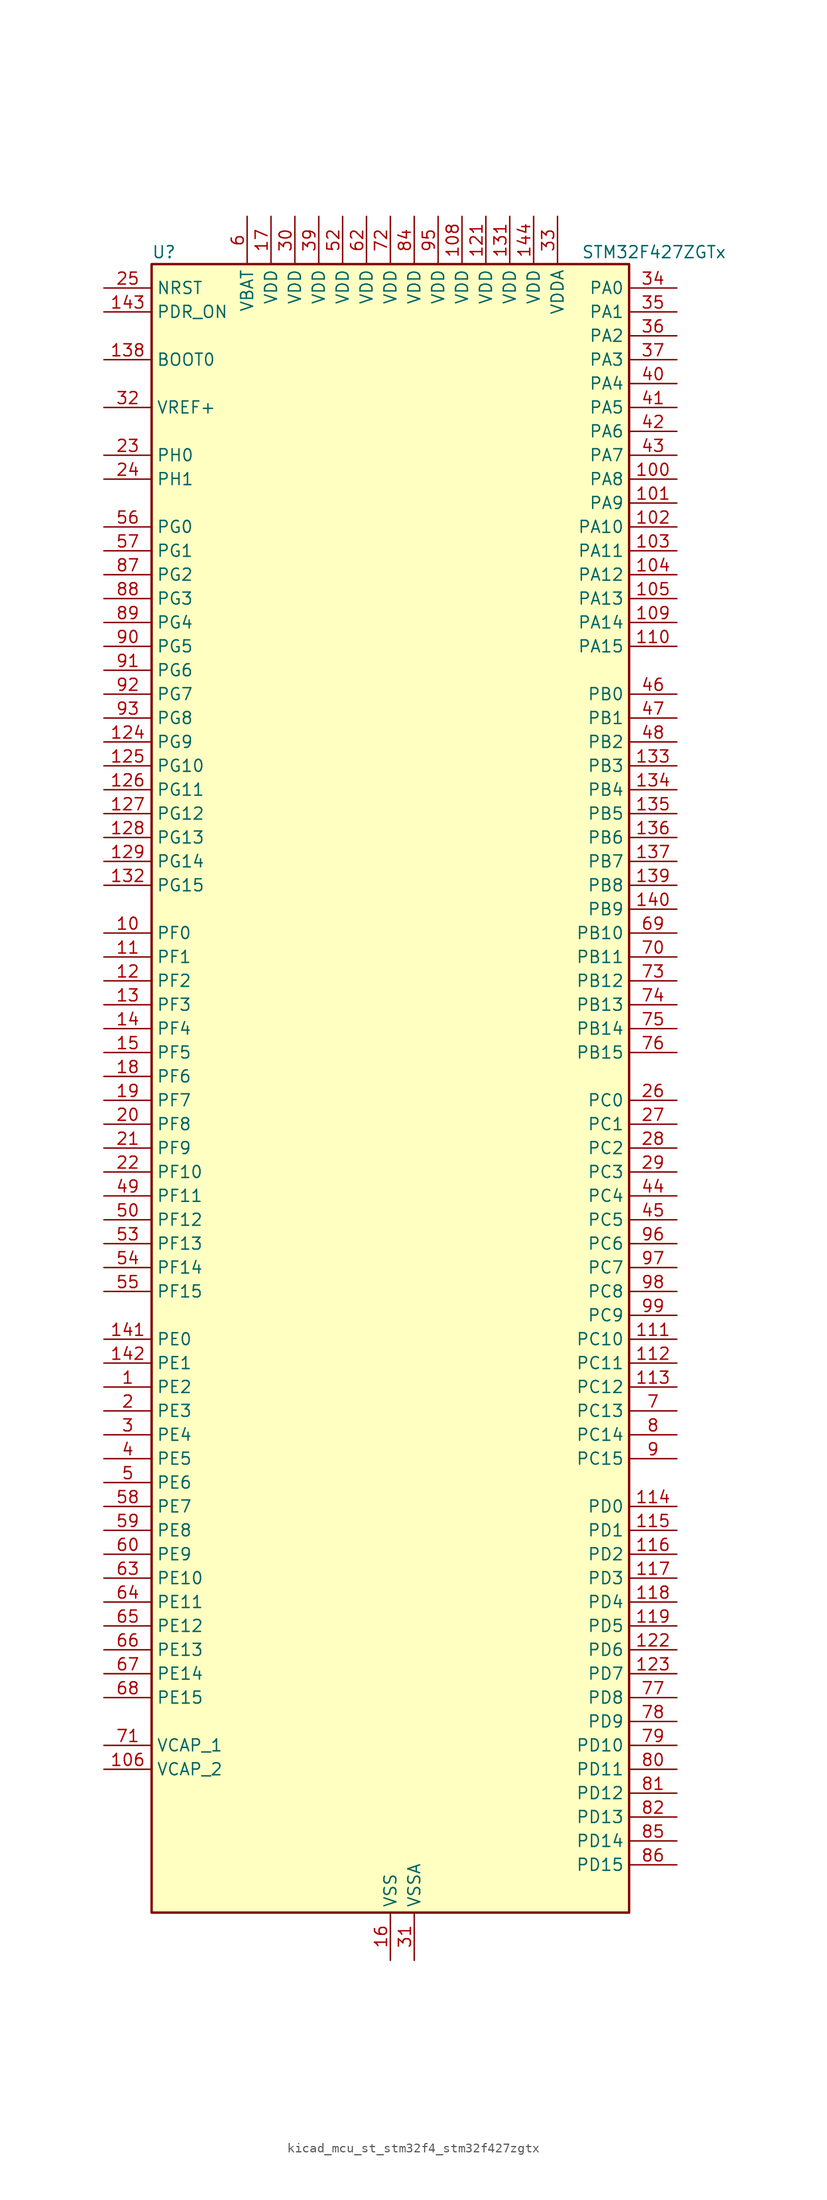
<source format=kicad_sym>
(kicad_symbol_lib
  (version 20220914)
  (generator kicad_symbol_editor)
  (symbol "kicad_mcu_st_stm32f4_stm32f427zgtx"
    (property "Reference" "U"
      (at -25.4 90.17 0)
      (effects (font (size 1.27 1.27)) (justify left)))
    (property "Value" "STM32F427ZGTx"
      (at 20.32 90.17 0)
      (effects (font (size 1.27 1.27)) (justify left)))
    (property "ki_locked" ""
      (at 0 0 0)
      (effects (font (size 1.27 1.27))))
    (symbol "kicad_mcu_st_stm32f4_stm32f427zgtx_0_1"
      (rectangle (start -25.4 -86.36) (end 25.4 88.9) (stroke (width 0.254) (type default)) (fill (type background))))
    (symbol "kicad_mcu_st_stm32f4_stm32f427zgtx_1_1"
      (pin bidirectional line (at -30.48 -30.48 0) (length 5.08) (name "PE2" (effects (font (size 1.27 1.27)))) (number "1" (effects (font (size 1.27 1.27)))) (alternate "ETH_TXD3" bidirectional line) (alternate "FMC_A23" bidirectional line) (alternate "SAI1_MCLK_A" bidirectional line) (alternate "SPI4_SCK" bidirectional line) (alternate "SYS_TRACECLK" bidirectional line))
      (pin bidirectional line (at -30.48 17.78 0) (length 5.08) (name "PF0" (effects (font (size 1.27 1.27)))) (number "10" (effects (font (size 1.27 1.27)))) (alternate "FMC_A0" bidirectional line) (alternate "I2C2_SDA" bidirectional line))
      (pin bidirectional line (at 30.48 66.04 180) (length 5.08) (name "PA8" (effects (font (size 1.27 1.27)))) (number "100" (effects (font (size 1.27 1.27)))) (alternate "I2C3_SCL" bidirectional line) (alternate "RCC_MCO_1" bidirectional line) (alternate "TIM1_CH1" bidirectional line) (alternate "USART1_CK" bidirectional line) (alternate "USB_OTG_FS_SOF" bidirectional line))
      (pin bidirectional line (at 30.48 63.5 180) (length 5.08) (name "PA9" (effects (font (size 1.27 1.27)))) (number "101" (effects (font (size 1.27 1.27)))) (alternate "DAC_EXTI9" bidirectional line) (alternate "DCMI_D0" bidirectional line) (alternate "I2C3_SMBA" bidirectional line) (alternate "TIM1_CH2" bidirectional line) (alternate "USART1_TX" bidirectional line) (alternate "USB_OTG_FS_VBUS" bidirectional line))
      (pin bidirectional line (at 30.48 60.96 180) (length 5.08) (name "PA10" (effects (font (size 1.27 1.27)))) (number "102" (effects (font (size 1.27 1.27)))) (alternate "DCMI_D1" bidirectional line) (alternate "TIM1_CH3" bidirectional line) (alternate "USART1_RX" bidirectional line) (alternate "USB_OTG_FS_ID" bidirectional line))
      (pin bidirectional line (at 30.48 58.42 180) (length 5.08) (name "PA11" (effects (font (size 1.27 1.27)))) (number "103" (effects (font (size 1.27 1.27)))) (alternate "ADC1_EXTI11" bidirectional line) (alternate "ADC2_EXTI11" bidirectional line) (alternate "ADC3_EXTI11" bidirectional line) (alternate "CAN1_RX" bidirectional line) (alternate "TIM1_CH4" bidirectional line) (alternate "USART1_CTS" bidirectional line) (alternate "USB_OTG_FS_DM" bidirectional line))
      (pin bidirectional line (at 30.48 55.88 180) (length 5.08) (name "PA12" (effects (font (size 1.27 1.27)))) (number "104" (effects (font (size 1.27 1.27)))) (alternate "CAN1_TX" bidirectional line) (alternate "TIM1_ETR" bidirectional line) (alternate "USART1_RTS" bidirectional line) (alternate "USB_OTG_FS_DP" bidirectional line))
      (pin bidirectional line (at 30.48 53.34 180) (length 5.08) (name "PA13" (effects (font (size 1.27 1.27)))) (number "105" (effects (font (size 1.27 1.27)))) (alternate "SYS_JTMS-SWDIO" bidirectional line))
      (pin power_out line (at -30.48 -71.12 0) (length 5.08) (name "VCAP_2" (effects (font (size 1.27 1.27)))) (number "106" (effects (font (size 1.27 1.27)))))
      (pin passive line (at 0 -91.44 90) (length 5.08) hide (name "VSS" (effects (font (size 1.27 1.27)))) (number "107" (effects (font (size 1.27 1.27)))))
      (pin power_in line (at 7.62 93.98 270) (length 5.08) (name "VDD" (effects (font (size 1.27 1.27)))) (number "108" (effects (font (size 1.27 1.27)))))
      (pin bidirectional line (at 30.48 50.8 180) (length 5.08) (name "PA14" (effects (font (size 1.27 1.27)))) (number "109" (effects (font (size 1.27 1.27)))) (alternate "SYS_JTCK-SWCLK" bidirectional line))
      (pin bidirectional line (at -30.48 15.24 0) (length 5.08) (name "PF1" (effects (font (size 1.27 1.27)))) (number "11" (effects (font (size 1.27 1.27)))) (alternate "FMC_A1" bidirectional line) (alternate "I2C2_SCL" bidirectional line))
      (pin bidirectional line (at 30.48 48.26 180) (length 5.08) (name "PA15" (effects (font (size 1.27 1.27)))) (number "110" (effects (font (size 1.27 1.27)))) (alternate "ADC1_EXTI15" bidirectional line) (alternate "ADC2_EXTI15" bidirectional line) (alternate "ADC3_EXTI15" bidirectional line) (alternate "I2S3_WS" bidirectional line) (alternate "SPI1_NSS" bidirectional line) (alternate "SPI3_NSS" bidirectional line) (alternate "SYS_JTDI" bidirectional line) (alternate "TIM2_CH1" bidirectional line) (alternate "TIM2_ETR" bidirectional line))
      (pin bidirectional line (at 30.48 -25.4 180) (length 5.08) (name "PC10" (effects (font (size 1.27 1.27)))) (number "111" (effects (font (size 1.27 1.27)))) (alternate "DCMI_D8" bidirectional line) (alternate "I2S3_CK" bidirectional line) (alternate "SDIO_D2" bidirectional line) (alternate "SPI3_SCK" bidirectional line) (alternate "UART4_TX" bidirectional line) (alternate "USART3_TX" bidirectional line))
      (pin bidirectional line (at 30.48 -27.94 180) (length 5.08) (name "PC11" (effects (font (size 1.27 1.27)))) (number "112" (effects (font (size 1.27 1.27)))) (alternate "ADC1_EXTI11" bidirectional line) (alternate "ADC2_EXTI11" bidirectional line) (alternate "ADC3_EXTI11" bidirectional line) (alternate "DCMI_D4" bidirectional line) (alternate "I2S3_ext_SD" bidirectional line) (alternate "SDIO_D3" bidirectional line) (alternate "SPI3_MISO" bidirectional line) (alternate "UART4_RX" bidirectional line) (alternate "USART3_RX" bidirectional line))
      (pin bidirectional line (at 30.48 -30.48 180) (length 5.08) (name "PC12" (effects (font (size 1.27 1.27)))) (number "113" (effects (font (size 1.27 1.27)))) (alternate "DCMI_D9" bidirectional line) (alternate "I2S3_SD" bidirectional line) (alternate "SDIO_CK" bidirectional line) (alternate "SPI3_MOSI" bidirectional line) (alternate "UART5_TX" bidirectional line) (alternate "USART3_CK" bidirectional line))
      (pin bidirectional line (at 30.48 -43.18 180) (length 5.08) (name "PD0" (effects (font (size 1.27 1.27)))) (number "114" (effects (font (size 1.27 1.27)))) (alternate "CAN1_RX" bidirectional line) (alternate "FMC_D2" bidirectional line) (alternate "FMC_DA2" bidirectional line))
      (pin bidirectional line (at 30.48 -45.72 180) (length 5.08) (name "PD1" (effects (font (size 1.27 1.27)))) (number "115" (effects (font (size 1.27 1.27)))) (alternate "CAN1_TX" bidirectional line) (alternate "FMC_D3" bidirectional line) (alternate "FMC_DA3" bidirectional line))
      (pin bidirectional line (at 30.48 -48.26 180) (length 5.08) (name "PD2" (effects (font (size 1.27 1.27)))) (number "116" (effects (font (size 1.27 1.27)))) (alternate "DCMI_D11" bidirectional line) (alternate "SDIO_CMD" bidirectional line) (alternate "TIM3_ETR" bidirectional line) (alternate "UART5_RX" bidirectional line))
      (pin bidirectional line (at 30.48 -50.8 180) (length 5.08) (name "PD3" (effects (font (size 1.27 1.27)))) (number "117" (effects (font (size 1.27 1.27)))) (alternate "DCMI_D5" bidirectional line) (alternate "FMC_CLK" bidirectional line) (alternate "I2S2_CK" bidirectional line) (alternate "SPI2_SCK" bidirectional line) (alternate "USART2_CTS" bidirectional line))
      (pin bidirectional line (at 30.48 -53.34 180) (length 5.08) (name "PD4" (effects (font (size 1.27 1.27)))) (number "118" (effects (font (size 1.27 1.27)))) (alternate "FMC_NOE" bidirectional line) (alternate "USART2_RTS" bidirectional line))
      (pin bidirectional line (at 30.48 -55.88 180) (length 5.08) (name "PD5" (effects (font (size 1.27 1.27)))) (number "119" (effects (font (size 1.27 1.27)))) (alternate "FMC_NWE" bidirectional line) (alternate "USART2_TX" bidirectional line))
      (pin bidirectional line (at -30.48 12.7 0) (length 5.08) (name "PF2" (effects (font (size 1.27 1.27)))) (number "12" (effects (font (size 1.27 1.27)))) (alternate "FMC_A2" bidirectional line) (alternate "I2C2_SMBA" bidirectional line))
      (pin passive line (at 0 -91.44 90) (length 5.08) hide (name "VSS" (effects (font (size 1.27 1.27)))) (number "120" (effects (font (size 1.27 1.27)))))
      (pin power_in line (at 10.16 93.98 270) (length 5.08) (name "VDD" (effects (font (size 1.27 1.27)))) (number "121" (effects (font (size 1.27 1.27)))))
      (pin bidirectional line (at 30.48 -58.42 180) (length 5.08) (name "PD6" (effects (font (size 1.27 1.27)))) (number "122" (effects (font (size 1.27 1.27)))) (alternate "DCMI_D10" bidirectional line) (alternate "FMC_NWAIT" bidirectional line) (alternate "I2S3_SD" bidirectional line) (alternate "SAI1_SD_A" bidirectional line) (alternate "SPI3_MOSI" bidirectional line) (alternate "USART2_RX" bidirectional line))
      (pin bidirectional line (at 30.48 -60.96 180) (length 5.08) (name "PD7" (effects (font (size 1.27 1.27)))) (number "123" (effects (font (size 1.27 1.27)))) (alternate "FMC_NCE2" bidirectional line) (alternate "FMC_NE1" bidirectional line) (alternate "USART2_CK" bidirectional line))
      (pin bidirectional line (at -30.48 38.1 0) (length 5.08) (name "PG9" (effects (font (size 1.27 1.27)))) (number "124" (effects (font (size 1.27 1.27)))) (alternate "DAC_EXTI9" bidirectional line) (alternate "DCMI_VSYNC" bidirectional line) (alternate "FMC_NCE3" bidirectional line) (alternate "FMC_NE2" bidirectional line) (alternate "USART6_RX" bidirectional line))
      (pin bidirectional line (at -30.48 35.56 0) (length 5.08) (name "PG10" (effects (font (size 1.27 1.27)))) (number "125" (effects (font (size 1.27 1.27)))) (alternate "DCMI_D2" bidirectional line) (alternate "FMC_NCE4_1" bidirectional line) (alternate "FMC_NE3" bidirectional line))
      (pin bidirectional line (at -30.48 33.02 0) (length 5.08) (name "PG11" (effects (font (size 1.27 1.27)))) (number "126" (effects (font (size 1.27 1.27)))) (alternate "ADC1_EXTI11" bidirectional line) (alternate "ADC2_EXTI11" bidirectional line) (alternate "ADC3_EXTI11" bidirectional line) (alternate "DCMI_D3" bidirectional line) (alternate "ETH_TX_EN" bidirectional line) (alternate "FMC_NCE4_2" bidirectional line))
      (pin bidirectional line (at -30.48 30.48 0) (length 5.08) (name "PG12" (effects (font (size 1.27 1.27)))) (number "127" (effects (font (size 1.27 1.27)))) (alternate "FMC_NE4" bidirectional line) (alternate "SPI6_MISO" bidirectional line) (alternate "USART6_RTS" bidirectional line))
      (pin bidirectional line (at -30.48 27.94 0) (length 5.08) (name "PG13" (effects (font (size 1.27 1.27)))) (number "128" (effects (font (size 1.27 1.27)))) (alternate "ETH_TXD0" bidirectional line) (alternate "FMC_A24" bidirectional line) (alternate "SPI6_SCK" bidirectional line) (alternate "USART6_CTS" bidirectional line))
      (pin bidirectional line (at -30.48 25.4 0) (length 5.08) (name "PG14" (effects (font (size 1.27 1.27)))) (number "129" (effects (font (size 1.27 1.27)))) (alternate "ETH_TXD1" bidirectional line) (alternate "FMC_A25" bidirectional line) (alternate "SPI6_MOSI" bidirectional line) (alternate "USART6_TX" bidirectional line))
      (pin bidirectional line (at -30.48 10.16 0) (length 5.08) (name "PF3" (effects (font (size 1.27 1.27)))) (number "13" (effects (font (size 1.27 1.27)))) (alternate "ADC3_IN9" bidirectional line) (alternate "FMC_A3" bidirectional line))
      (pin passive line (at 0 -91.44 90) (length 5.08) hide (name "VSS" (effects (font (size 1.27 1.27)))) (number "130" (effects (font (size 1.27 1.27)))))
      (pin power_in line (at 12.7 93.98 270) (length 5.08) (name "VDD" (effects (font (size 1.27 1.27)))) (number "131" (effects (font (size 1.27 1.27)))))
      (pin bidirectional line (at -30.48 22.86 0) (length 5.08) (name "PG15" (effects (font (size 1.27 1.27)))) (number "132" (effects (font (size 1.27 1.27)))) (alternate "ADC1_EXTI15" bidirectional line) (alternate "ADC2_EXTI15" bidirectional line) (alternate "ADC3_EXTI15" bidirectional line) (alternate "DCMI_D13" bidirectional line) (alternate "FMC_SDNCAS" bidirectional line) (alternate "USART6_CTS" bidirectional line))
      (pin bidirectional line (at 30.48 35.56 180) (length 5.08) (name "PB3" (effects (font (size 1.27 1.27)))) (number "133" (effects (font (size 1.27 1.27)))) (alternate "I2S3_CK" bidirectional line) (alternate "SPI1_SCK" bidirectional line) (alternate "SPI3_SCK" bidirectional line) (alternate "SYS_JTDO-SWO" bidirectional line) (alternate "TIM2_CH2" bidirectional line))
      (pin bidirectional line (at 30.48 33.02 180) (length 5.08) (name "PB4" (effects (font (size 1.27 1.27)))) (number "134" (effects (font (size 1.27 1.27)))) (alternate "I2S3_ext_SD" bidirectional line) (alternate "SPI1_MISO" bidirectional line) (alternate "SPI3_MISO" bidirectional line) (alternate "SYS_JTRST" bidirectional line) (alternate "TIM3_CH1" bidirectional line))
      (pin bidirectional line (at 30.48 30.48 180) (length 5.08) (name "PB5" (effects (font (size 1.27 1.27)))) (number "135" (effects (font (size 1.27 1.27)))) (alternate "CAN2_RX" bidirectional line) (alternate "DCMI_D10" bidirectional line) (alternate "ETH_PPS_OUT" bidirectional line) (alternate "FMC_SDCKE1" bidirectional line) (alternate "I2C1_SMBA" bidirectional line) (alternate "I2S3_SD" bidirectional line) (alternate "SPI1_MOSI" bidirectional line) (alternate "SPI3_MOSI" bidirectional line) (alternate "TIM3_CH2" bidirectional line) (alternate "USB_OTG_HS_ULPI_D7" bidirectional line))
      (pin bidirectional line (at 30.48 27.94 180) (length 5.08) (name "PB6" (effects (font (size 1.27 1.27)))) (number "136" (effects (font (size 1.27 1.27)))) (alternate "CAN2_TX" bidirectional line) (alternate "DCMI_D5" bidirectional line) (alternate "FMC_SDNE1" bidirectional line) (alternate "I2C1_SCL" bidirectional line) (alternate "TIM4_CH1" bidirectional line) (alternate "USART1_TX" bidirectional line))
      (pin bidirectional line (at 30.48 25.4 180) (length 5.08) (name "PB7" (effects (font (size 1.27 1.27)))) (number "137" (effects (font (size 1.27 1.27)))) (alternate "DCMI_VSYNC" bidirectional line) (alternate "FMC_NL" bidirectional line) (alternate "I2C1_SDA" bidirectional line) (alternate "TIM4_CH2" bidirectional line) (alternate "USART1_RX" bidirectional line))
      (pin input line (at -30.48 78.74 0) (length 5.08) (name "BOOT0" (effects (font (size 1.27 1.27)))) (number "138" (effects (font (size 1.27 1.27)))))
      (pin bidirectional line (at 30.48 22.86 180) (length 5.08) (name "PB8" (effects (font (size 1.27 1.27)))) (number "139" (effects (font (size 1.27 1.27)))) (alternate "CAN1_RX" bidirectional line) (alternate "DCMI_D6" bidirectional line) (alternate "ETH_TXD3" bidirectional line) (alternate "I2C1_SCL" bidirectional line) (alternate "SDIO_D4" bidirectional line) (alternate "TIM10_CH1" bidirectional line) (alternate "TIM4_CH3" bidirectional line))
      (pin bidirectional line (at -30.48 7.62 0) (length 5.08) (name "PF4" (effects (font (size 1.27 1.27)))) (number "14" (effects (font (size 1.27 1.27)))) (alternate "ADC3_IN14" bidirectional line) (alternate "FMC_A4" bidirectional line))
      (pin bidirectional line (at 30.48 20.32 180) (length 5.08) (name "PB9" (effects (font (size 1.27 1.27)))) (number "140" (effects (font (size 1.27 1.27)))) (alternate "CAN1_TX" bidirectional line) (alternate "DAC_EXTI9" bidirectional line) (alternate "DCMI_D7" bidirectional line) (alternate "I2C1_SDA" bidirectional line) (alternate "I2S2_WS" bidirectional line) (alternate "SDIO_D5" bidirectional line) (alternate "SPI2_NSS" bidirectional line) (alternate "TIM11_CH1" bidirectional line) (alternate "TIM4_CH4" bidirectional line))
      (pin bidirectional line (at -30.48 -25.4 0) (length 5.08) (name "PE0" (effects (font (size 1.27 1.27)))) (number "141" (effects (font (size 1.27 1.27)))) (alternate "DCMI_D2" bidirectional line) (alternate "FMC_NBL0" bidirectional line) (alternate "TIM4_ETR" bidirectional line) (alternate "UART8_RX" bidirectional line))
      (pin bidirectional line (at -30.48 -27.94 0) (length 5.08) (name "PE1" (effects (font (size 1.27 1.27)))) (number "142" (effects (font (size 1.27 1.27)))) (alternate "DCMI_D3" bidirectional line) (alternate "FMC_NBL1" bidirectional line) (alternate "UART8_TX" bidirectional line))
      (pin input line (at -30.48 83.82 0) (length 5.08) (name "PDR_ON" (effects (font (size 1.27 1.27)))) (number "143" (effects (font (size 1.27 1.27)))))
      (pin power_in line (at 15.24 93.98 270) (length 5.08) (name "VDD" (effects (font (size 1.27 1.27)))) (number "144" (effects (font (size 1.27 1.27)))))
      (pin bidirectional line (at -30.48 5.08 0) (length 5.08) (name "PF5" (effects (font (size 1.27 1.27)))) (number "15" (effects (font (size 1.27 1.27)))) (alternate "ADC3_IN15" bidirectional line) (alternate "FMC_A5" bidirectional line))
      (pin power_in line (at 0 -91.44 90) (length 5.08) (name "VSS" (effects (font (size 1.27 1.27)))) (number "16" (effects (font (size 1.27 1.27)))))
      (pin power_in line (at -12.7 93.98 270) (length 5.08) (name "VDD" (effects (font (size 1.27 1.27)))) (number "17" (effects (font (size 1.27 1.27)))))
      (pin bidirectional line (at -30.48 2.54 0) (length 5.08) (name "PF6" (effects (font (size 1.27 1.27)))) (number "18" (effects (font (size 1.27 1.27)))) (alternate "ADC3_IN4" bidirectional line) (alternate "FMC_NIORD" bidirectional line) (alternate "SAI1_SD_B" bidirectional line) (alternate "SPI5_NSS" bidirectional line) (alternate "TIM10_CH1" bidirectional line) (alternate "UART7_RX" bidirectional line))
      (pin bidirectional line (at -30.48 0 0) (length 5.08) (name "PF7" (effects (font (size 1.27 1.27)))) (number "19" (effects (font (size 1.27 1.27)))) (alternate "ADC3_IN5" bidirectional line) (alternate "FMC_NREG" bidirectional line) (alternate "SAI1_MCLK_B" bidirectional line) (alternate "SPI5_SCK" bidirectional line) (alternate "TIM11_CH1" bidirectional line) (alternate "UART7_TX" bidirectional line))
      (pin bidirectional line (at -30.48 -33.02 0) (length 5.08) (name "PE3" (effects (font (size 1.27 1.27)))) (number "2" (effects (font (size 1.27 1.27)))) (alternate "FMC_A19" bidirectional line) (alternate "SAI1_SD_B" bidirectional line) (alternate "SYS_TRACED0" bidirectional line))
      (pin bidirectional line (at -30.48 -2.54 0) (length 5.08) (name "PF8" (effects (font (size 1.27 1.27)))) (number "20" (effects (font (size 1.27 1.27)))) (alternate "ADC3_IN6" bidirectional line) (alternate "FMC_NIOWR" bidirectional line) (alternate "SAI1_SCK_B" bidirectional line) (alternate "SPI5_MISO" bidirectional line) (alternate "TIM13_CH1" bidirectional line))
      (pin bidirectional line (at -30.48 -5.08 0) (length 5.08) (name "PF9" (effects (font (size 1.27 1.27)))) (number "21" (effects (font (size 1.27 1.27)))) (alternate "ADC3_IN7" bidirectional line) (alternate "DAC_EXTI9" bidirectional line) (alternate "FMC_CD" bidirectional line) (alternate "SAI1_FS_B" bidirectional line) (alternate "SPI5_MOSI" bidirectional line) (alternate "TIM14_CH1" bidirectional line))
      (pin bidirectional line (at -30.48 -7.62 0) (length 5.08) (name "PF10" (effects (font (size 1.27 1.27)))) (number "22" (effects (font (size 1.27 1.27)))) (alternate "ADC3_IN8" bidirectional line) (alternate "DCMI_D11" bidirectional line) (alternate "FMC_INTR" bidirectional line))
      (pin bidirectional line (at -30.48 68.58 0) (length 5.08) (name "PH0" (effects (font (size 1.27 1.27)))) (number "23" (effects (font (size 1.27 1.27)))) (alternate "RCC_OSC_IN" bidirectional line))
      (pin bidirectional line (at -30.48 66.04 0) (length 5.08) (name "PH1" (effects (font (size 1.27 1.27)))) (number "24" (effects (font (size 1.27 1.27)))) (alternate "RCC_OSC_OUT" bidirectional line))
      (pin input line (at -30.48 86.36 0) (length 5.08) (name "NRST" (effects (font (size 1.27 1.27)))) (number "25" (effects (font (size 1.27 1.27)))))
      (pin bidirectional line (at 30.48 0 180) (length 5.08) (name "PC0" (effects (font (size 1.27 1.27)))) (number "26" (effects (font (size 1.27 1.27)))) (alternate "ADC1_IN10" bidirectional line) (alternate "ADC2_IN10" bidirectional line) (alternate "ADC3_IN10" bidirectional line) (alternate "FMC_SDNWE" bidirectional line) (alternate "USB_OTG_HS_ULPI_STP" bidirectional line))
      (pin bidirectional line (at 30.48 -2.54 180) (length 5.08) (name "PC1" (effects (font (size 1.27 1.27)))) (number "27" (effects (font (size 1.27 1.27)))) (alternate "ADC1_IN11" bidirectional line) (alternate "ADC2_IN11" bidirectional line) (alternate "ADC3_IN11" bidirectional line) (alternate "ETH_MDC" bidirectional line))
      (pin bidirectional line (at 30.48 -5.08 180) (length 5.08) (name "PC2" (effects (font (size 1.27 1.27)))) (number "28" (effects (font (size 1.27 1.27)))) (alternate "ADC1_IN12" bidirectional line) (alternate "ADC2_IN12" bidirectional line) (alternate "ADC3_IN12" bidirectional line) (alternate "ETH_TXD2" bidirectional line) (alternate "FMC_SDNE0" bidirectional line) (alternate "I2S2_ext_SD" bidirectional line) (alternate "SPI2_MISO" bidirectional line) (alternate "USB_OTG_HS_ULPI_DIR" bidirectional line))
      (pin bidirectional line (at 30.48 -7.62 180) (length 5.08) (name "PC3" (effects (font (size 1.27 1.27)))) (number "29" (effects (font (size 1.27 1.27)))) (alternate "ADC1_IN13" bidirectional line) (alternate "ADC2_IN13" bidirectional line) (alternate "ADC3_IN13" bidirectional line) (alternate "ETH_TX_CLK" bidirectional line) (alternate "FMC_SDCKE0" bidirectional line) (alternate "I2S2_SD" bidirectional line) (alternate "SPI2_MOSI" bidirectional line) (alternate "USB_OTG_HS_ULPI_NXT" bidirectional line))
      (pin bidirectional line (at -30.48 -35.56 0) (length 5.08) (name "PE4" (effects (font (size 1.27 1.27)))) (number "3" (effects (font (size 1.27 1.27)))) (alternate "DCMI_D4" bidirectional line) (alternate "FMC_A20" bidirectional line) (alternate "SAI1_FS_A" bidirectional line) (alternate "SPI4_NSS" bidirectional line) (alternate "SYS_TRACED1" bidirectional line))
      (pin power_in line (at -10.16 93.98 270) (length 5.08) (name "VDD" (effects (font (size 1.27 1.27)))) (number "30" (effects (font (size 1.27 1.27)))))
      (pin power_in line (at 2.54 -91.44 90) (length 5.08) (name "VSSA" (effects (font (size 1.27 1.27)))) (number "31" (effects (font (size 1.27 1.27)))))
      (pin input line (at -30.48 73.66 0) (length 5.08) (name "VREF+" (effects (font (size 1.27 1.27)))) (number "32" (effects (font (size 1.27 1.27)))))
      (pin power_in line (at 17.78 93.98 270) (length 5.08) (name "VDDA" (effects (font (size 1.27 1.27)))) (number "33" (effects (font (size 1.27 1.27)))))
      (pin bidirectional line (at 30.48 86.36 180) (length 5.08) (name "PA0" (effects (font (size 1.27 1.27)))) (number "34" (effects (font (size 1.27 1.27)))) (alternate "ADC1_IN0" bidirectional line) (alternate "ADC2_IN0" bidirectional line) (alternate "ADC3_IN0" bidirectional line) (alternate "ETH_CRS" bidirectional line) (alternate "SYS_WKUP" bidirectional line) (alternate "TIM2_CH1" bidirectional line) (alternate "TIM2_ETR" bidirectional line) (alternate "TIM5_CH1" bidirectional line) (alternate "TIM8_ETR" bidirectional line) (alternate "UART4_TX" bidirectional line) (alternate "USART2_CTS" bidirectional line))
      (pin bidirectional line (at 30.48 83.82 180) (length 5.08) (name "PA1" (effects (font (size 1.27 1.27)))) (number "35" (effects (font (size 1.27 1.27)))) (alternate "ADC1_IN1" bidirectional line) (alternate "ADC2_IN1" bidirectional line) (alternate "ADC3_IN1" bidirectional line) (alternate "ETH_REF_CLK" bidirectional line) (alternate "ETH_RX_CLK" bidirectional line) (alternate "TIM2_CH2" bidirectional line) (alternate "TIM5_CH2" bidirectional line) (alternate "UART4_RX" bidirectional line) (alternate "USART2_RTS" bidirectional line))
      (pin bidirectional line (at 30.48 81.28 180) (length 5.08) (name "PA2" (effects (font (size 1.27 1.27)))) (number "36" (effects (font (size 1.27 1.27)))) (alternate "ADC1_IN2" bidirectional line) (alternate "ADC2_IN2" bidirectional line) (alternate "ADC3_IN2" bidirectional line) (alternate "ETH_MDIO" bidirectional line) (alternate "TIM2_CH3" bidirectional line) (alternate "TIM5_CH3" bidirectional line) (alternate "TIM9_CH1" bidirectional line) (alternate "USART2_TX" bidirectional line))
      (pin bidirectional line (at 30.48 78.74 180) (length 5.08) (name "PA3" (effects (font (size 1.27 1.27)))) (number "37" (effects (font (size 1.27 1.27)))) (alternate "ADC1_IN3" bidirectional line) (alternate "ADC2_IN3" bidirectional line) (alternate "ADC3_IN3" bidirectional line) (alternate "ETH_COL" bidirectional line) (alternate "TIM2_CH4" bidirectional line) (alternate "TIM5_CH4" bidirectional line) (alternate "TIM9_CH2" bidirectional line) (alternate "USART2_RX" bidirectional line) (alternate "USB_OTG_HS_ULPI_D0" bidirectional line))
      (pin passive line (at 0 -91.44 90) (length 5.08) hide (name "VSS" (effects (font (size 1.27 1.27)))) (number "38" (effects (font (size 1.27 1.27)))))
      (pin power_in line (at -7.62 93.98 270) (length 5.08) (name "VDD" (effects (font (size 1.27 1.27)))) (number "39" (effects (font (size 1.27 1.27)))))
      (pin bidirectional line (at -30.48 -38.1 0) (length 5.08) (name "PE5" (effects (font (size 1.27 1.27)))) (number "4" (effects (font (size 1.27 1.27)))) (alternate "DCMI_D6" bidirectional line) (alternate "FMC_A21" bidirectional line) (alternate "SAI1_SCK_A" bidirectional line) (alternate "SPI4_MISO" bidirectional line) (alternate "SYS_TRACED2" bidirectional line) (alternate "TIM9_CH1" bidirectional line))
      (pin bidirectional line (at 30.48 76.2 180) (length 5.08) (name "PA4" (effects (font (size 1.27 1.27)))) (number "40" (effects (font (size 1.27 1.27)))) (alternate "ADC1_IN4" bidirectional line) (alternate "ADC2_IN4" bidirectional line) (alternate "DAC_OUT1" bidirectional line) (alternate "DCMI_HSYNC" bidirectional line) (alternate "I2S3_WS" bidirectional line) (alternate "SPI1_NSS" bidirectional line) (alternate "SPI3_NSS" bidirectional line) (alternate "USART2_CK" bidirectional line) (alternate "USB_OTG_HS_SOF" bidirectional line))
      (pin bidirectional line (at 30.48 73.66 180) (length 5.08) (name "PA5" (effects (font (size 1.27 1.27)))) (number "41" (effects (font (size 1.27 1.27)))) (alternate "ADC1_IN5" bidirectional line) (alternate "ADC2_IN5" bidirectional line) (alternate "DAC_OUT2" bidirectional line) (alternate "SPI1_SCK" bidirectional line) (alternate "TIM2_CH1" bidirectional line) (alternate "TIM2_ETR" bidirectional line) (alternate "TIM8_CH1N" bidirectional line) (alternate "USB_OTG_HS_ULPI_CK" bidirectional line))
      (pin bidirectional line (at 30.48 71.12 180) (length 5.08) (name "PA6" (effects (font (size 1.27 1.27)))) (number "42" (effects (font (size 1.27 1.27)))) (alternate "ADC1_IN6" bidirectional line) (alternate "ADC2_IN6" bidirectional line) (alternate "DCMI_PIXCLK" bidirectional line) (alternate "SPI1_MISO" bidirectional line) (alternate "TIM13_CH1" bidirectional line) (alternate "TIM1_BKIN" bidirectional line) (alternate "TIM3_CH1" bidirectional line) (alternate "TIM8_BKIN" bidirectional line))
      (pin bidirectional line (at 30.48 68.58 180) (length 5.08) (name "PA7" (effects (font (size 1.27 1.27)))) (number "43" (effects (font (size 1.27 1.27)))) (alternate "ADC1_IN7" bidirectional line) (alternate "ADC2_IN7" bidirectional line) (alternate "ETH_CRS_DV" bidirectional line) (alternate "ETH_RX_DV" bidirectional line) (alternate "SPI1_MOSI" bidirectional line) (alternate "TIM14_CH1" bidirectional line) (alternate "TIM1_CH1N" bidirectional line) (alternate "TIM3_CH2" bidirectional line) (alternate "TIM8_CH1N" bidirectional line))
      (pin bidirectional line (at 30.48 -10.16 180) (length 5.08) (name "PC4" (effects (font (size 1.27 1.27)))) (number "44" (effects (font (size 1.27 1.27)))) (alternate "ADC1_IN14" bidirectional line) (alternate "ADC2_IN14" bidirectional line) (alternate "ETH_RXD0" bidirectional line))
      (pin bidirectional line (at 30.48 -12.7 180) (length 5.08) (name "PC5" (effects (font (size 1.27 1.27)))) (number "45" (effects (font (size 1.27 1.27)))) (alternate "ADC1_IN15" bidirectional line) (alternate "ADC2_IN15" bidirectional line) (alternate "ETH_RXD1" bidirectional line))
      (pin bidirectional line (at 30.48 43.18 180) (length 5.08) (name "PB0" (effects (font (size 1.27 1.27)))) (number "46" (effects (font (size 1.27 1.27)))) (alternate "ADC1_IN8" bidirectional line) (alternate "ADC2_IN8" bidirectional line) (alternate "ETH_RXD2" bidirectional line) (alternate "TIM1_CH2N" bidirectional line) (alternate "TIM3_CH3" bidirectional line) (alternate "TIM8_CH2N" bidirectional line) (alternate "USB_OTG_HS_ULPI_D1" bidirectional line))
      (pin bidirectional line (at 30.48 40.64 180) (length 5.08) (name "PB1" (effects (font (size 1.27 1.27)))) (number "47" (effects (font (size 1.27 1.27)))) (alternate "ADC1_IN9" bidirectional line) (alternate "ADC2_IN9" bidirectional line) (alternate "ETH_RXD3" bidirectional line) (alternate "TIM1_CH3N" bidirectional line) (alternate "TIM3_CH4" bidirectional line) (alternate "TIM8_CH3N" bidirectional line) (alternate "USB_OTG_HS_ULPI_D2" bidirectional line))
      (pin bidirectional line (at 30.48 38.1 180) (length 5.08) (name "PB2" (effects (font (size 1.27 1.27)))) (number "48" (effects (font (size 1.27 1.27)))))
      (pin bidirectional line (at -30.48 -10.16 0) (length 5.08) (name "PF11" (effects (font (size 1.27 1.27)))) (number "49" (effects (font (size 1.27 1.27)))) (alternate "ADC1_EXTI11" bidirectional line) (alternate "ADC2_EXTI11" bidirectional line) (alternate "ADC3_EXTI11" bidirectional line) (alternate "DCMI_D12" bidirectional line) (alternate "FMC_SDNRAS" bidirectional line) (alternate "SPI5_MOSI" bidirectional line))
      (pin bidirectional line (at -30.48 -40.64 0) (length 5.08) (name "PE6" (effects (font (size 1.27 1.27)))) (number "5" (effects (font (size 1.27 1.27)))) (alternate "DCMI_D7" bidirectional line) (alternate "FMC_A22" bidirectional line) (alternate "SAI1_SD_A" bidirectional line) (alternate "SPI4_MOSI" bidirectional line) (alternate "SYS_TRACED3" bidirectional line) (alternate "TIM9_CH2" bidirectional line))
      (pin bidirectional line (at -30.48 -12.7 0) (length 5.08) (name "PF12" (effects (font (size 1.27 1.27)))) (number "50" (effects (font (size 1.27 1.27)))) (alternate "FMC_A6" bidirectional line))
      (pin passive line (at 0 -91.44 90) (length 5.08) hide (name "VSS" (effects (font (size 1.27 1.27)))) (number "51" (effects (font (size 1.27 1.27)))))
      (pin power_in line (at -5.08 93.98 270) (length 5.08) (name "VDD" (effects (font (size 1.27 1.27)))) (number "52" (effects (font (size 1.27 1.27)))))
      (pin bidirectional line (at -30.48 -15.24 0) (length 5.08) (name "PF13" (effects (font (size 1.27 1.27)))) (number "53" (effects (font (size 1.27 1.27)))) (alternate "FMC_A7" bidirectional line))
      (pin bidirectional line (at -30.48 -17.78 0) (length 5.08) (name "PF14" (effects (font (size 1.27 1.27)))) (number "54" (effects (font (size 1.27 1.27)))) (alternate "FMC_A8" bidirectional line))
      (pin bidirectional line (at -30.48 -20.32 0) (length 5.08) (name "PF15" (effects (font (size 1.27 1.27)))) (number "55" (effects (font (size 1.27 1.27)))) (alternate "ADC1_EXTI15" bidirectional line) (alternate "ADC2_EXTI15" bidirectional line) (alternate "ADC3_EXTI15" bidirectional line) (alternate "FMC_A9" bidirectional line))
      (pin bidirectional line (at -30.48 60.96 0) (length 5.08) (name "PG0" (effects (font (size 1.27 1.27)))) (number "56" (effects (font (size 1.27 1.27)))) (alternate "FMC_A10" bidirectional line))
      (pin bidirectional line (at -30.48 58.42 0) (length 5.08) (name "PG1" (effects (font (size 1.27 1.27)))) (number "57" (effects (font (size 1.27 1.27)))) (alternate "FMC_A11" bidirectional line))
      (pin bidirectional line (at -30.48 -43.18 0) (length 5.08) (name "PE7" (effects (font (size 1.27 1.27)))) (number "58" (effects (font (size 1.27 1.27)))) (alternate "FMC_D4" bidirectional line) (alternate "FMC_DA4" bidirectional line) (alternate "TIM1_ETR" bidirectional line) (alternate "UART7_RX" bidirectional line))
      (pin bidirectional line (at -30.48 -45.72 0) (length 5.08) (name "PE8" (effects (font (size 1.27 1.27)))) (number "59" (effects (font (size 1.27 1.27)))) (alternate "FMC_D5" bidirectional line) (alternate "FMC_DA5" bidirectional line) (alternate "TIM1_CH1N" bidirectional line) (alternate "UART7_TX" bidirectional line))
      (pin power_in line (at -15.24 93.98 270) (length 5.08) (name "VBAT" (effects (font (size 1.27 1.27)))) (number "6" (effects (font (size 1.27 1.27)))))
      (pin bidirectional line (at -30.48 -48.26 0) (length 5.08) (name "PE9" (effects (font (size 1.27 1.27)))) (number "60" (effects (font (size 1.27 1.27)))) (alternate "DAC_EXTI9" bidirectional line) (alternate "FMC_D6" bidirectional line) (alternate "FMC_DA6" bidirectional line) (alternate "TIM1_CH1" bidirectional line))
      (pin passive line (at 0 -91.44 90) (length 5.08) hide (name "VSS" (effects (font (size 1.27 1.27)))) (number "61" (effects (font (size 1.27 1.27)))))
      (pin power_in line (at -2.54 93.98 270) (length 5.08) (name "VDD" (effects (font (size 1.27 1.27)))) (number "62" (effects (font (size 1.27 1.27)))))
      (pin bidirectional line (at -30.48 -50.8 0) (length 5.08) (name "PE10" (effects (font (size 1.27 1.27)))) (number "63" (effects (font (size 1.27 1.27)))) (alternate "FMC_D7" bidirectional line) (alternate "FMC_DA7" bidirectional line) (alternate "TIM1_CH2N" bidirectional line))
      (pin bidirectional line (at -30.48 -53.34 0) (length 5.08) (name "PE11" (effects (font (size 1.27 1.27)))) (number "64" (effects (font (size 1.27 1.27)))) (alternate "ADC1_EXTI11" bidirectional line) (alternate "ADC2_EXTI11" bidirectional line) (alternate "ADC3_EXTI11" bidirectional line) (alternate "FMC_D8" bidirectional line) (alternate "FMC_DA8" bidirectional line) (alternate "SPI4_NSS" bidirectional line) (alternate "TIM1_CH2" bidirectional line))
      (pin bidirectional line (at -30.48 -55.88 0) (length 5.08) (name "PE12" (effects (font (size 1.27 1.27)))) (number "65" (effects (font (size 1.27 1.27)))) (alternate "FMC_D9" bidirectional line) (alternate "FMC_DA9" bidirectional line) (alternate "SPI4_SCK" bidirectional line) (alternate "TIM1_CH3N" bidirectional line))
      (pin bidirectional line (at -30.48 -58.42 0) (length 5.08) (name "PE13" (effects (font (size 1.27 1.27)))) (number "66" (effects (font (size 1.27 1.27)))) (alternate "FMC_D10" bidirectional line) (alternate "FMC_DA10" bidirectional line) (alternate "SPI4_MISO" bidirectional line) (alternate "TIM1_CH3" bidirectional line))
      (pin bidirectional line (at -30.48 -60.96 0) (length 5.08) (name "PE14" (effects (font (size 1.27 1.27)))) (number "67" (effects (font (size 1.27 1.27)))) (alternate "FMC_D11" bidirectional line) (alternate "FMC_DA11" bidirectional line) (alternate "SPI4_MOSI" bidirectional line) (alternate "TIM1_CH4" bidirectional line))
      (pin bidirectional line (at -30.48 -63.5 0) (length 5.08) (name "PE15" (effects (font (size 1.27 1.27)))) (number "68" (effects (font (size 1.27 1.27)))) (alternate "ADC1_EXTI15" bidirectional line) (alternate "ADC2_EXTI15" bidirectional line) (alternate "ADC3_EXTI15" bidirectional line) (alternate "FMC_D12" bidirectional line) (alternate "FMC_DA12" bidirectional line) (alternate "TIM1_BKIN" bidirectional line))
      (pin bidirectional line (at 30.48 17.78 180) (length 5.08) (name "PB10" (effects (font (size 1.27 1.27)))) (number "69" (effects (font (size 1.27 1.27)))) (alternate "ETH_RX_ER" bidirectional line) (alternate "I2C2_SCL" bidirectional line) (alternate "I2S2_CK" bidirectional line) (alternate "SPI2_SCK" bidirectional line) (alternate "TIM2_CH3" bidirectional line) (alternate "USART3_TX" bidirectional line) (alternate "USB_OTG_HS_ULPI_D3" bidirectional line))
      (pin bidirectional line (at 30.48 -33.02 180) (length 5.08) (name "PC13" (effects (font (size 1.27 1.27)))) (number "7" (effects (font (size 1.27 1.27)))) (alternate "RTC_AF1" bidirectional line))
      (pin bidirectional line (at 30.48 15.24 180) (length 5.08) (name "PB11" (effects (font (size 1.27 1.27)))) (number "70" (effects (font (size 1.27 1.27)))) (alternate "ADC1_EXTI11" bidirectional line) (alternate "ADC2_EXTI11" bidirectional line) (alternate "ADC3_EXTI11" bidirectional line) (alternate "ETH_TX_EN" bidirectional line) (alternate "I2C2_SDA" bidirectional line) (alternate "TIM2_CH4" bidirectional line) (alternate "USART3_RX" bidirectional line) (alternate "USB_OTG_HS_ULPI_D4" bidirectional line))
      (pin power_out line (at -30.48 -68.58 0) (length 5.08) (name "VCAP_1" (effects (font (size 1.27 1.27)))) (number "71" (effects (font (size 1.27 1.27)))))
      (pin power_in line (at 0 93.98 270) (length 5.08) (name "VDD" (effects (font (size 1.27 1.27)))) (number "72" (effects (font (size 1.27 1.27)))))
      (pin bidirectional line (at 30.48 12.7 180) (length 5.08) (name "PB12" (effects (font (size 1.27 1.27)))) (number "73" (effects (font (size 1.27 1.27)))) (alternate "CAN2_RX" bidirectional line) (alternate "ETH_TXD0" bidirectional line) (alternate "I2C2_SMBA" bidirectional line) (alternate "I2S2_WS" bidirectional line) (alternate "SPI2_NSS" bidirectional line) (alternate "TIM1_BKIN" bidirectional line) (alternate "USART3_CK" bidirectional line) (alternate "USB_OTG_HS_ID" bidirectional line) (alternate "USB_OTG_HS_ULPI_D5" bidirectional line))
      (pin bidirectional line (at 30.48 10.16 180) (length 5.08) (name "PB13" (effects (font (size 1.27 1.27)))) (number "74" (effects (font (size 1.27 1.27)))) (alternate "CAN2_TX" bidirectional line) (alternate "ETH_TXD1" bidirectional line) (alternate "I2S2_CK" bidirectional line) (alternate "SPI2_SCK" bidirectional line) (alternate "TIM1_CH1N" bidirectional line) (alternate "USART3_CTS" bidirectional line) (alternate "USB_OTG_HS_ULPI_D6" bidirectional line) (alternate "USB_OTG_HS_VBUS" bidirectional line))
      (pin bidirectional line (at 30.48 7.62 180) (length 5.08) (name "PB14" (effects (font (size 1.27 1.27)))) (number "75" (effects (font (size 1.27 1.27)))) (alternate "I2S2_ext_SD" bidirectional line) (alternate "SPI2_MISO" bidirectional line) (alternate "TIM12_CH1" bidirectional line) (alternate "TIM1_CH2N" bidirectional line) (alternate "TIM8_CH2N" bidirectional line) (alternate "USART3_RTS" bidirectional line) (alternate "USB_OTG_HS_DM" bidirectional line))
      (pin bidirectional line (at 30.48 5.08 180) (length 5.08) (name "PB15" (effects (font (size 1.27 1.27)))) (number "76" (effects (font (size 1.27 1.27)))) (alternate "ADC1_EXTI15" bidirectional line) (alternate "ADC2_EXTI15" bidirectional line) (alternate "ADC3_EXTI15" bidirectional line) (alternate "I2S2_SD" bidirectional line) (alternate "RTC_REFIN" bidirectional line) (alternate "SPI2_MOSI" bidirectional line) (alternate "TIM12_CH2" bidirectional line) (alternate "TIM1_CH3N" bidirectional line) (alternate "TIM8_CH3N" bidirectional line) (alternate "USB_OTG_HS_DP" bidirectional line))
      (pin bidirectional line (at 30.48 -63.5 180) (length 5.08) (name "PD8" (effects (font (size 1.27 1.27)))) (number "77" (effects (font (size 1.27 1.27)))) (alternate "FMC_D13" bidirectional line) (alternate "FMC_DA13" bidirectional line) (alternate "USART3_TX" bidirectional line))
      (pin bidirectional line (at 30.48 -66.04 180) (length 5.08) (name "PD9" (effects (font (size 1.27 1.27)))) (number "78" (effects (font (size 1.27 1.27)))) (alternate "DAC_EXTI9" bidirectional line) (alternate "FMC_D14" bidirectional line) (alternate "FMC_DA14" bidirectional line) (alternate "USART3_RX" bidirectional line))
      (pin bidirectional line (at 30.48 -68.58 180) (length 5.08) (name "PD10" (effects (font (size 1.27 1.27)))) (number "79" (effects (font (size 1.27 1.27)))) (alternate "FMC_D15" bidirectional line) (alternate "FMC_DA15" bidirectional line) (alternate "USART3_CK" bidirectional line))
      (pin bidirectional line (at 30.48 -35.56 180) (length 5.08) (name "PC14" (effects (font (size 1.27 1.27)))) (number "8" (effects (font (size 1.27 1.27)))) (alternate "RCC_OSC32_IN" bidirectional line))
      (pin bidirectional line (at 30.48 -71.12 180) (length 5.08) (name "PD11" (effects (font (size 1.27 1.27)))) (number "80" (effects (font (size 1.27 1.27)))) (alternate "ADC1_EXTI11" bidirectional line) (alternate "ADC2_EXTI11" bidirectional line) (alternate "ADC3_EXTI11" bidirectional line) (alternate "FMC_A16" bidirectional line) (alternate "FMC_CLE" bidirectional line) (alternate "USART3_CTS" bidirectional line))
      (pin bidirectional line (at 30.48 -73.66 180) (length 5.08) (name "PD12" (effects (font (size 1.27 1.27)))) (number "81" (effects (font (size 1.27 1.27)))) (alternate "FMC_A17" bidirectional line) (alternate "FMC_ALE" bidirectional line) (alternate "TIM4_CH1" bidirectional line) (alternate "USART3_RTS" bidirectional line))
      (pin bidirectional line (at 30.48 -76.2 180) (length 5.08) (name "PD13" (effects (font (size 1.27 1.27)))) (number "82" (effects (font (size 1.27 1.27)))) (alternate "FMC_A18" bidirectional line) (alternate "TIM4_CH2" bidirectional line))
      (pin passive line (at 0 -91.44 90) (length 5.08) hide (name "VSS" (effects (font (size 1.27 1.27)))) (number "83" (effects (font (size 1.27 1.27)))))
      (pin power_in line (at 2.54 93.98 270) (length 5.08) (name "VDD" (effects (font (size 1.27 1.27)))) (number "84" (effects (font (size 1.27 1.27)))))
      (pin bidirectional line (at 30.48 -78.74 180) (length 5.08) (name "PD14" (effects (font (size 1.27 1.27)))) (number "85" (effects (font (size 1.27 1.27)))) (alternate "FMC_D0" bidirectional line) (alternate "FMC_DA0" bidirectional line) (alternate "TIM4_CH3" bidirectional line))
      (pin bidirectional line (at 30.48 -81.28 180) (length 5.08) (name "PD15" (effects (font (size 1.27 1.27)))) (number "86" (effects (font (size 1.27 1.27)))) (alternate "ADC1_EXTI15" bidirectional line) (alternate "ADC2_EXTI15" bidirectional line) (alternate "ADC3_EXTI15" bidirectional line) (alternate "FMC_D1" bidirectional line) (alternate "FMC_DA1" bidirectional line) (alternate "TIM4_CH4" bidirectional line))
      (pin bidirectional line (at -30.48 55.88 0) (length 5.08) (name "PG2" (effects (font (size 1.27 1.27)))) (number "87" (effects (font (size 1.27 1.27)))) (alternate "FMC_A12" bidirectional line))
      (pin bidirectional line (at -30.48 53.34 0) (length 5.08) (name "PG3" (effects (font (size 1.27 1.27)))) (number "88" (effects (font (size 1.27 1.27)))) (alternate "FMC_A13" bidirectional line))
      (pin bidirectional line (at -30.48 50.8 0) (length 5.08) (name "PG4" (effects (font (size 1.27 1.27)))) (number "89" (effects (font (size 1.27 1.27)))) (alternate "FMC_A14" bidirectional line) (alternate "FMC_BA0" bidirectional line))
      (pin bidirectional line (at 30.48 -38.1 180) (length 5.08) (name "PC15" (effects (font (size 1.27 1.27)))) (number "9" (effects (font (size 1.27 1.27)))) (alternate "ADC1_EXTI15" bidirectional line) (alternate "ADC2_EXTI15" bidirectional line) (alternate "ADC3_EXTI15" bidirectional line) (alternate "RCC_OSC32_OUT" bidirectional line))
      (pin bidirectional line (at -30.48 48.26 0) (length 5.08) (name "PG5" (effects (font (size 1.27 1.27)))) (number "90" (effects (font (size 1.27 1.27)))) (alternate "FMC_A15" bidirectional line) (alternate "FMC_BA1" bidirectional line))
      (pin bidirectional line (at -30.48 45.72 0) (length 5.08) (name "PG6" (effects (font (size 1.27 1.27)))) (number "91" (effects (font (size 1.27 1.27)))) (alternate "DCMI_D12" bidirectional line) (alternate "FMC_INT2" bidirectional line))
      (pin bidirectional line (at -30.48 43.18 0) (length 5.08) (name "PG7" (effects (font (size 1.27 1.27)))) (number "92" (effects (font (size 1.27 1.27)))) (alternate "DCMI_D13" bidirectional line) (alternate "FMC_INT3" bidirectional line) (alternate "USART6_CK" bidirectional line))
      (pin bidirectional line (at -30.48 40.64 0) (length 5.08) (name "PG8" (effects (font (size 1.27 1.27)))) (number "93" (effects (font (size 1.27 1.27)))) (alternate "ETH_PPS_OUT" bidirectional line) (alternate "FMC_SDCLK" bidirectional line) (alternate "SPI6_NSS" bidirectional line) (alternate "USART6_RTS" bidirectional line))
      (pin passive line (at 0 -91.44 90) (length 5.08) hide (name "VSS" (effects (font (size 1.27 1.27)))) (number "94" (effects (font (size 1.27 1.27)))))
      (pin power_in line (at 5.08 93.98 270) (length 5.08) (name "VDD" (effects (font (size 1.27 1.27)))) (number "95" (effects (font (size 1.27 1.27)))))
      (pin bidirectional line (at 30.48 -15.24 180) (length 5.08) (name "PC6" (effects (font (size 1.27 1.27)))) (number "96" (effects (font (size 1.27 1.27)))) (alternate "DCMI_D0" bidirectional line) (alternate "I2S2_MCK" bidirectional line) (alternate "SDIO_D6" bidirectional line) (alternate "TIM3_CH1" bidirectional line) (alternate "TIM8_CH1" bidirectional line) (alternate "USART6_TX" bidirectional line))
      (pin bidirectional line (at 30.48 -17.78 180) (length 5.08) (name "PC7" (effects (font (size 1.27 1.27)))) (number "97" (effects (font (size 1.27 1.27)))) (alternate "DCMI_D1" bidirectional line) (alternate "I2S3_MCK" bidirectional line) (alternate "SDIO_D7" bidirectional line) (alternate "TIM3_CH2" bidirectional line) (alternate "TIM8_CH2" bidirectional line) (alternate "USART6_RX" bidirectional line))
      (pin bidirectional line (at 30.48 -20.32 180) (length 5.08) (name "PC8" (effects (font (size 1.27 1.27)))) (number "98" (effects (font (size 1.27 1.27)))) (alternate "DCMI_D2" bidirectional line) (alternate "SDIO_D0" bidirectional line) (alternate "TIM3_CH3" bidirectional line) (alternate "TIM8_CH3" bidirectional line) (alternate "USART6_CK" bidirectional line))
      (pin bidirectional line (at 30.48 -22.86 180) (length 5.08) (name "PC9" (effects (font (size 1.27 1.27)))) (number "99" (effects (font (size 1.27 1.27)))) (alternate "DAC_EXTI9" bidirectional line) (alternate "DCMI_D3" bidirectional line) (alternate "I2C3_SDA" bidirectional line) (alternate "I2S_CKIN" bidirectional line) (alternate "RCC_MCO_2" bidirectional line) (alternate "SDIO_D1" bidirectional line) (alternate "TIM3_CH4" bidirectional line) (alternate "TIM8_CH4" bidirectional line)))))
</source>
